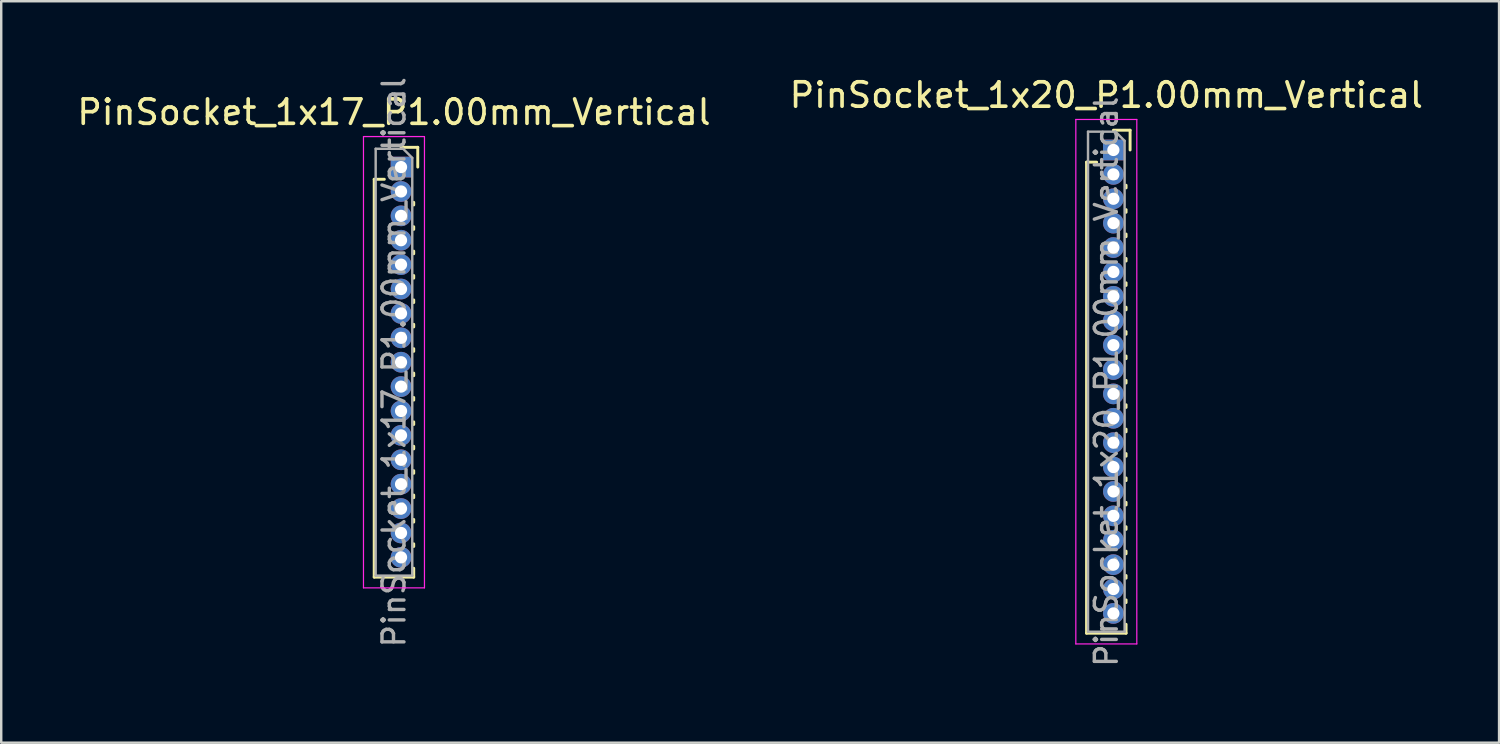
<source format=kicad_pcb>
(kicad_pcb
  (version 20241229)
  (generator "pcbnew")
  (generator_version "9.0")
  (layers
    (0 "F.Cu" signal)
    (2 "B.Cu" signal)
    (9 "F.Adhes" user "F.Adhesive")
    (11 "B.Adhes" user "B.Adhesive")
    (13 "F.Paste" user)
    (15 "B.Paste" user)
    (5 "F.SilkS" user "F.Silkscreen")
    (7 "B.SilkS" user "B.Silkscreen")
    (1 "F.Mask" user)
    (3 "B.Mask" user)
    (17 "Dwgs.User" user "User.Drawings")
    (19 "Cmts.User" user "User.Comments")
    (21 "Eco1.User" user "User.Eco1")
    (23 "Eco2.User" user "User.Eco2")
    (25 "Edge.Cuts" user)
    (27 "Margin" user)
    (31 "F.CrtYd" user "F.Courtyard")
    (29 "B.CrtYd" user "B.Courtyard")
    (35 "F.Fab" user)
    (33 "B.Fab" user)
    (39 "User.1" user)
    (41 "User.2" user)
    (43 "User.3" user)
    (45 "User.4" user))
  (footprint "PinSocket_1x17_P1.00mm_Vertical"
    (layer "F.Cu")
    (at 13.391 3.799)
    (property "Reference" "PinSocket_1x17_P1.00mm_Vertical" (at -0.29 -2.25 0) (layer "F.SilkS") (effects (font (size 1 1) (thickness 0.15))))
    (attr through_hole)
    (fp_line (start -1.1 0.5) (end -1.1 16.81) (stroke (width 0.12) (type solid)) (layer "F.SilkS"))
    (fp_line (start -1.1 0.5) (end -0.685 0.5) (stroke (width 0.12) (type solid)) (layer "F.SilkS"))
    (fp_line (start -1.1 16.81) (end 0.52 16.81) (stroke (width 0.12) (type solid)) (layer "F.SilkS"))
    (fp_line (start 0 -0.81) (end 0.685 -0.81) (stroke (width 0.12) (type solid)) (layer "F.SilkS"))
    (fp_line (start 0.52 1.446) (end 0.52 1.554) (stroke (width 0.12) (type solid)) (layer "F.SilkS"))
    (fp_line (start 0.52 2.446) (end 0.52 2.554) (stroke (width 0.12) (type solid)) (layer "F.SilkS"))
    (fp_line (start 0.52 3.446) (end 0.52 3.554) (stroke (width 0.12) (type solid)) (layer "F.SilkS"))
    (fp_line (start 0.52 4.446) (end 0.52 4.554) (stroke (width 0.12) (type solid)) (layer "F.SilkS"))
    (fp_line (start 0.52 5.446) (end 0.52 5.554) (stroke (width 0.12) (type solid)) (layer "F.SilkS"))
    (fp_line (start 0.52 6.446) (end 0.52 6.554) (stroke (width 0.12) (type solid)) (layer "F.SilkS"))
    (fp_line (start 0.52 7.446) (end 0.52 7.554) (stroke (width 0.12) (type solid)) (layer "F.SilkS"))
    (fp_line (start 0.52 8.446) (end 0.52 8.554) (stroke (width 0.12) (type solid)) (layer "F.SilkS"))
    (fp_line (start 0.52 9.446) (end 0.52 9.554) (stroke (width 0.12) (type solid)) (layer "F.SilkS"))
    (fp_line (start 0.52 10.446) (end 0.52 10.554) (stroke (width 0.12) (type solid)) (layer "F.SilkS"))
    (fp_line (start 0.52 11.446) (end 0.52 11.554) (stroke (width 0.12) (type solid)) (layer "F.SilkS"))
    (fp_line (start 0.52 12.446) (end 0.52 12.554) (stroke (width 0.12) (type solid)) (layer "F.SilkS"))
    (fp_line (start 0.52 13.446) (end 0.52 13.554) (stroke (width 0.12) (type solid)) (layer "F.SilkS"))
    (fp_line (start 0.52 14.446) (end 0.52 14.554) (stroke (width 0.12) (type solid)) (layer "F.SilkS"))
    (fp_line (start 0.52 15.446) (end 0.52 15.554) (stroke (width 0.12) (type solid)) (layer "F.SilkS"))
    (fp_line (start 0.52 16.446) (end 0.52 16.81) (stroke (width 0.12) (type solid)) (layer "F.SilkS"))
    (fp_line (start 0.685 -0.81) (end 0.685 0) (stroke (width 0.12) (type solid)) (layer "F.SilkS"))
    (fp_line (start -1.54 -1.25) (end 0.96 -1.25) (stroke (width 0.05) (type solid)) (layer "F.CrtYd"))
    (fp_line (start -1.54 17.25) (end -1.54 -1.25) (stroke (width 0.05) (type solid)) (layer "F.CrtYd"))
    (fp_line (start 0.96 -1.25) (end 0.96 17.25) (stroke (width 0.05) (type solid)) (layer "F.CrtYd"))
    (fp_line (start 0.96 17.25) (end -1.54 17.25) (stroke (width 0.05) (type solid)) (layer "F.CrtYd"))
    (fp_line (start -1.04 -0.75) (end 0.085 -0.75) (stroke (width 0.1) (type solid)) (layer "F.Fab"))
    (fp_line (start -1.04 16.75) (end -1.04 -0.75) (stroke (width 0.1) (type solid)) (layer "F.Fab"))
    (fp_line (start 0.085 -0.75) (end 0.46 -0.375) (stroke (width 0.1) (type solid)) (layer "F.Fab"))
    (fp_line (start 0.46 -0.375) (end 0.46 16.75) (stroke (width 0.1) (type solid)) (layer "F.Fab"))
    (fp_line (start 0.46 16.75) (end -1.04 16.75) (stroke (width 0.1) (type solid)) (layer "F.Fab"))
    (fp_text user "${REFERENCE}" (at -0.29 8 90) (layer "F.Fab") (effects (font (size 0.9 0.9) (thickness 0.14))))
    (pad "1" thru_hole rect (at 0 0) (size 0.85 0.85) (drill 0.5) (layers "*.Cu" "*.Mask"))
    (pad "2" thru_hole oval (at 0 1) (size 0.85 0.85) (drill 0.5) (layers "*.Cu" "*.Mask"))
    (pad "3" thru_hole oval (at 0 2) (size 0.85 0.85) (drill 0.5) (layers "*.Cu" "*.Mask"))
    (pad "4" thru_hole oval (at 0 3) (size 0.85 0.85) (drill 0.5) (layers "*.Cu" "*.Mask"))
    (pad "5" thru_hole oval (at 0 4) (size 0.85 0.85) (drill 0.5) (layers "*.Cu" "*.Mask"))
    (pad "6" thru_hole oval (at 0 5) (size 0.85 0.85) (drill 0.5) (layers "*.Cu" "*.Mask"))
    (pad "7" thru_hole oval (at 0 6) (size 0.85 0.85) (drill 0.5) (layers "*.Cu" "*.Mask"))
    (pad "8" thru_hole oval (at 0 7) (size 0.85 0.85) (drill 0.5) (layers "*.Cu" "*.Mask"))
    (pad "9" thru_hole oval (at 0 8) (size 0.85 0.85) (drill 0.5) (layers "*.Cu" "*.Mask"))
    (pad "10" thru_hole oval (at 0 9) (size 0.85 0.85) (drill 0.5) (layers "*.Cu" "*.Mask"))
    (pad "11" thru_hole oval (at 0 10) (size 0.85 0.85) (drill 0.5) (layers "*.Cu" "*.Mask"))
    (pad "12" thru_hole oval (at 0 11) (size 0.85 0.85) (drill 0.5) (layers "*.Cu" "*.Mask"))
    (pad "13" thru_hole oval (at 0 12) (size 0.85 0.85) (drill 0.5) (layers "*.Cu" "*.Mask"))
    (pad "14" thru_hole oval (at 0 13) (size 0.85 0.85) (drill 0.5) (layers "*.Cu" "*.Mask"))
    (pad "15" thru_hole oval (at 0 14) (size 0.85 0.85) (drill 0.5) (layers "*.Cu" "*.Mask"))
    (pad "16" thru_hole oval (at 0 15) (size 0.85 0.85) (drill 0.5) (layers "*.Cu" "*.Mask"))
    (pad "17" thru_hole oval (at 0 16) (size 0.85 0.85) (drill 0.5) (layers "*.Cu" "*.Mask")))
  (footprint "PinSocket_1x20_P1.00mm_Vertical"
    (layer "F.Cu")
    (at 42.594 3.098)
    (property "Reference" "PinSocket_1x20_P1.00mm_Vertical" (at -0.29 -2.25 0) (layer "F.SilkS") (effects (font (size 1 1) (thickness 0.15))))
    (attr through_hole)
    (fp_line (start -1.1 0.5) (end -1.1 19.81) (stroke (width 0.12) (type solid)) (layer "F.SilkS"))
    (fp_line (start -1.1 0.5) (end -0.685 0.5) (stroke (width 0.12) (type solid)) (layer "F.SilkS"))
    (fp_line (start -1.1 19.81) (end 0.52 19.81) (stroke (width 0.12) (type solid)) (layer "F.SilkS"))
    (fp_line (start 0 -0.81) (end 0.685 -0.81) (stroke (width 0.12) (type solid)) (layer "F.SilkS"))
    (fp_line (start 0.52 1.446) (end 0.52 1.554) (stroke (width 0.12) (type solid)) (layer "F.SilkS"))
    (fp_line (start 0.52 2.446) (end 0.52 2.554) (stroke (width 0.12) (type solid)) (layer "F.SilkS"))
    (fp_line (start 0.52 3.446) (end 0.52 3.554) (stroke (width 0.12) (type solid)) (layer "F.SilkS"))
    (fp_line (start 0.52 4.446) (end 0.52 4.554) (stroke (width 0.12) (type solid)) (layer "F.SilkS"))
    (fp_line (start 0.52 5.446) (end 0.52 5.554) (stroke (width 0.12) (type solid)) (layer "F.SilkS"))
    (fp_line (start 0.52 6.446) (end 0.52 6.554) (stroke (width 0.12) (type solid)) (layer "F.SilkS"))
    (fp_line (start 0.52 7.446) (end 0.52 7.554) (stroke (width 0.12) (type solid)) (layer "F.SilkS"))
    (fp_line (start 0.52 8.446) (end 0.52 8.554) (stroke (width 0.12) (type solid)) (layer "F.SilkS"))
    (fp_line (start 0.52 9.446) (end 0.52 9.554) (stroke (width 0.12) (type solid)) (layer "F.SilkS"))
    (fp_line (start 0.52 10.446) (end 0.52 10.554) (stroke (width 0.12) (type solid)) (layer "F.SilkS"))
    (fp_line (start 0.52 11.446) (end 0.52 11.554) (stroke (width 0.12) (type solid)) (layer "F.SilkS"))
    (fp_line (start 0.52 12.446) (end 0.52 12.554) (stroke (width 0.12) (type solid)) (layer "F.SilkS"))
    (fp_line (start 0.52 13.446) (end 0.52 13.554) (stroke (width 0.12) (type solid)) (layer "F.SilkS"))
    (fp_line (start 0.52 14.446) (end 0.52 14.554) (stroke (width 0.12) (type solid)) (layer "F.SilkS"))
    (fp_line (start 0.52 15.446) (end 0.52 15.554) (stroke (width 0.12) (type solid)) (layer "F.SilkS"))
    (fp_line (start 0.52 16.446) (end 0.52 16.554) (stroke (width 0.12) (type solid)) (layer "F.SilkS"))
    (fp_line (start 0.52 17.446) (end 0.52 17.554) (stroke (width 0.12) (type solid)) (layer "F.SilkS"))
    (fp_line (start 0.52 18.446) (end 0.52 18.554) (stroke (width 0.12) (type solid)) (layer "F.SilkS"))
    (fp_line (start 0.52 19.446) (end 0.52 19.81) (stroke (width 0.12) (type solid)) (layer "F.SilkS"))
    (fp_line (start 0.685 -0.81) (end 0.685 0) (stroke (width 0.12) (type solid)) (layer "F.SilkS"))
    (fp_line (start -1.54 -1.25) (end 0.96 -1.25) (stroke (width 0.05) (type solid)) (layer "F.CrtYd"))
    (fp_line (start -1.54 20.25) (end -1.54 -1.25) (stroke (width 0.05) (type solid)) (layer "F.CrtYd"))
    (fp_line (start 0.96 -1.25) (end 0.96 20.25) (stroke (width 0.05) (type solid)) (layer "F.CrtYd"))
    (fp_line (start 0.96 20.25) (end -1.54 20.25) (stroke (width 0.05) (type solid)) (layer "F.CrtYd"))
    (fp_line (start -1.04 -0.75) (end 0.085 -0.75) (stroke (width 0.1) (type solid)) (layer "F.Fab"))
    (fp_line (start -1.04 19.75) (end -1.04 -0.75) (stroke (width 0.1) (type solid)) (layer "F.Fab"))
    (fp_line (start 0.085 -0.75) (end 0.46 -0.375) (stroke (width 0.1) (type solid)) (layer "F.Fab"))
    (fp_line (start 0.46 -0.375) (end 0.46 19.75) (stroke (width 0.1) (type solid)) (layer "F.Fab"))
    (fp_line (start 0.46 19.75) (end -1.04 19.75) (stroke (width 0.1) (type solid)) (layer "F.Fab"))
    (fp_text user "${REFERENCE}" (at -0.29 9.5 90) (layer "F.Fab") (effects (font (size 0.9 0.9) (thickness 0.14))))
    (pad "1" thru_hole rect (at 0 0) (size 0.85 0.85) (drill 0.5) (layers "*.Cu" "*.Mask"))
    (pad "2" thru_hole oval (at 0 1) (size 0.85 0.85) (drill 0.5) (layers "*.Cu" "*.Mask"))
    (pad "3" thru_hole oval (at 0 2) (size 0.85 0.85) (drill 0.5) (layers "*.Cu" "*.Mask"))
    (pad "4" thru_hole oval (at 0 3) (size 0.85 0.85) (drill 0.5) (layers "*.Cu" "*.Mask"))
    (pad "5" thru_hole oval (at 0 4) (size 0.85 0.85) (drill 0.5) (layers "*.Cu" "*.Mask"))
    (pad "6" thru_hole oval (at 0 5) (size 0.85 0.85) (drill 0.5) (layers "*.Cu" "*.Mask"))
    (pad "7" thru_hole oval (at 0 6) (size 0.85 0.85) (drill 0.5) (layers "*.Cu" "*.Mask"))
    (pad "8" thru_hole oval (at 0 7) (size 0.85 0.85) (drill 0.5) (layers "*.Cu" "*.Mask"))
    (pad "9" thru_hole oval (at 0 8) (size 0.85 0.85) (drill 0.5) (layers "*.Cu" "*.Mask"))
    (pad "10" thru_hole oval (at 0 9) (size 0.85 0.85) (drill 0.5) (layers "*.Cu" "*.Mask"))
    (pad "11" thru_hole oval (at 0 10) (size 0.85 0.85) (drill 0.5) (layers "*.Cu" "*.Mask"))
    (pad "12" thru_hole oval (at 0 11) (size 0.85 0.85) (drill 0.5) (layers "*.Cu" "*.Mask"))
    (pad "13" thru_hole oval (at 0 12) (size 0.85 0.85) (drill 0.5) (layers "*.Cu" "*.Mask"))
    (pad "14" thru_hole oval (at 0 13) (size 0.85 0.85) (drill 0.5) (layers "*.Cu" "*.Mask"))
    (pad "15" thru_hole oval (at 0 14) (size 0.85 0.85) (drill 0.5) (layers "*.Cu" "*.Mask"))
    (pad "16" thru_hole oval (at 0 15) (size 0.85 0.85) (drill 0.5) (layers "*.Cu" "*.Mask"))
    (pad "17" thru_hole oval (at 0 16) (size 0.85 0.85) (drill 0.5) (layers "*.Cu" "*.Mask"))
    (pad "18" thru_hole oval (at 0 17) (size 0.85 0.85) (drill 0.5) (layers "*.Cu" "*.Mask"))
    (pad "19" thru_hole oval (at 0 18) (size 0.85 0.85) (drill 0.5) (layers "*.Cu" "*.Mask"))
    (pad "20" thru_hole oval (at 0 19) (size 0.85 0.85) (drill 0.5) (layers "*.Cu" "*.Mask")))
  (gr_rect
    (start -3 -3)
    (end 58.405 27.397)
    (stroke (width 0.1) (type default))
    (fill no)
    (layer "Edge.Cuts")))
</source>
